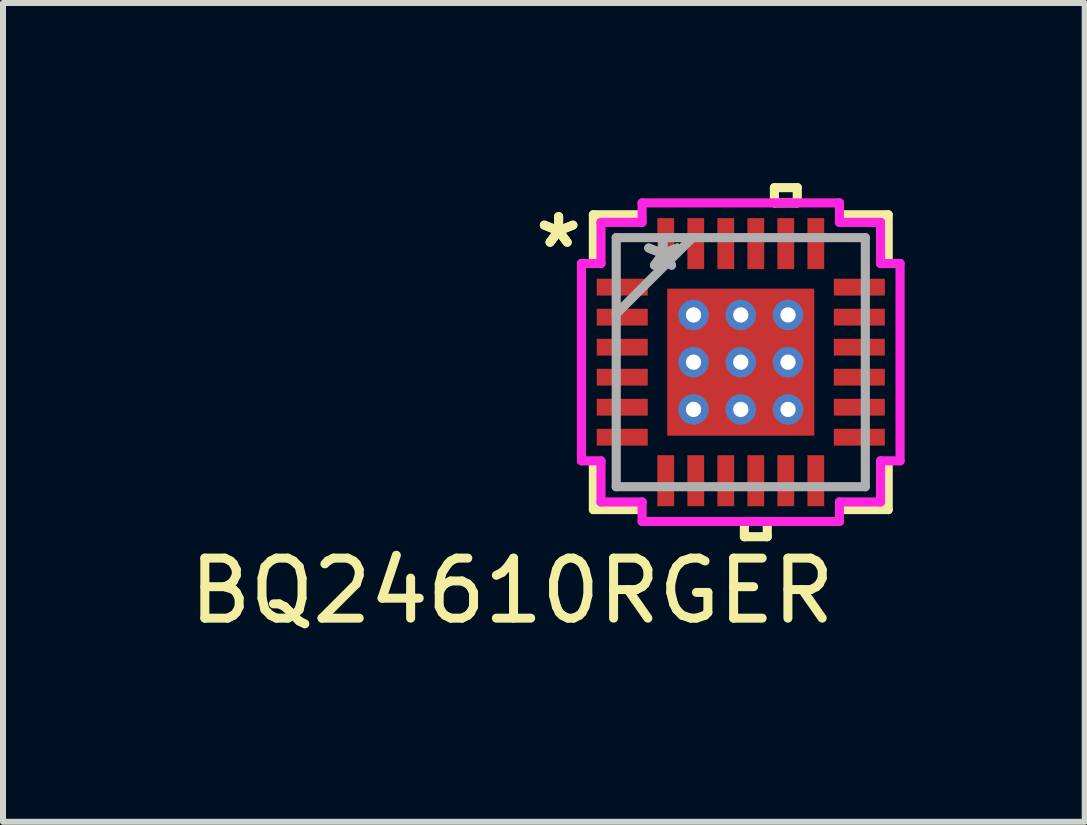
<source format=kicad_pcb>
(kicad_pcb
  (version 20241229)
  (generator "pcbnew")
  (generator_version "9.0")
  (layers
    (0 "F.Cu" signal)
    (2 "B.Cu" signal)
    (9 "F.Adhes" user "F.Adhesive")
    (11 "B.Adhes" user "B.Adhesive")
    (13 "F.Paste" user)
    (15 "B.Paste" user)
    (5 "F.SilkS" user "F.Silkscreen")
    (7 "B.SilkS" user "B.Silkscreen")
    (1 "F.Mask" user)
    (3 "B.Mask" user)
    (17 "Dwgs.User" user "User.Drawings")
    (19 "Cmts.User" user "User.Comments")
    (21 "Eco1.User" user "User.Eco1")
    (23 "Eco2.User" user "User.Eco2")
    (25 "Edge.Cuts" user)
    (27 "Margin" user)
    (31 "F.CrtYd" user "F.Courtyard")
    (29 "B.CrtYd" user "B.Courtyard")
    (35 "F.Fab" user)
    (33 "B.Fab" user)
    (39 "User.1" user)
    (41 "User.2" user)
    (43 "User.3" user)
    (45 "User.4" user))
  (footprint "BQ24610RGER"
    (layer "F.Cu")
    (at 9.292 2.984)
    (property "Reference" "BQ24610RGER" (at -3.81 3.81 0) (layer "F.SilkS") (effects (font (size 1 1) (thickness 0.15))))
    (attr through_hole)
    (fp_poly (pts (xy 1.35 1.35) (xy -1.35 1.35) (xy -1.35 -1.35) (xy 1.35 -1.35)) (stroke (width 0.1) (type solid)) (fill yes) (layer "F.Mask"))
    (fp_line (start -2.456 -2.456) (end -2.456 -1.718) (stroke (width 0.152) (type solid)) (layer "F.SilkS"))
    (fp_line (start -2.456 1.718) (end -2.456 2.456) (stroke (width 0.152) (type solid)) (layer "F.SilkS"))
    (fp_line (start -2.456 2.456) (end -1.718 2.456) (stroke (width 0.152) (type solid)) (layer "F.SilkS"))
    (fp_line (start -1.718 -2.456) (end -2.456 -2.456) (stroke (width 0.152) (type solid)) (layer "F.SilkS"))
    (fp_line (start 0.06 2.654) (end 0.06 2.908) (stroke (width 0.152) (type solid)) (layer "F.SilkS"))
    (fp_line (start 0.06 2.908) (end 0.441 2.908) (stroke (width 0.152) (type solid)) (layer "F.SilkS"))
    (fp_line (start 0.441 2.654) (end 0.06 2.654) (stroke (width 0.152) (type solid)) (layer "F.SilkS"))
    (fp_line (start 0.441 2.908) (end 0.441 2.654) (stroke (width 0.152) (type solid)) (layer "F.SilkS"))
    (fp_line (start 0.56 -2.908) (end 0.941 -2.908) (stroke (width 0.152) (type solid)) (layer "F.SilkS"))
    (fp_line (start 0.56 -2.654) (end 0.56 -2.908) (stroke (width 0.152) (type solid)) (layer "F.SilkS"))
    (fp_line (start 0.941 -2.908) (end 0.941 -2.654) (stroke (width 0.152) (type solid)) (layer "F.SilkS"))
    (fp_line (start 0.941 -2.654) (end 0.56 -2.654) (stroke (width 0.152) (type solid)) (layer "F.SilkS"))
    (fp_line (start 1.718 2.456) (end 2.456 2.456) (stroke (width 0.152) (type solid)) (layer "F.SilkS"))
    (fp_line (start 2.456 -2.456) (end 1.718 -2.456) (stroke (width 0.152) (type solid)) (layer "F.SilkS"))
    (fp_line (start 2.456 -1.718) (end 2.456 -2.456) (stroke (width 0.152) (type solid)) (layer "F.SilkS"))
    (fp_line (start 2.456 2.456) (end 2.456 1.718) (stroke (width 0.152) (type solid)) (layer "F.SilkS"))
    (fp_line (start -2.654 -1.644) (end -2.329 -1.644) (stroke (width 0.152) (type solid)) (layer "F.CrtYd"))
    (fp_line (start -2.654 1.644) (end -2.654 -1.644) (stroke (width 0.152) (type solid)) (layer "F.CrtYd"))
    (fp_line (start -2.329 -2.329) (end -1.644 -2.329) (stroke (width 0.152) (type solid)) (layer "F.CrtYd"))
    (fp_line (start -2.329 -1.644) (end -2.329 -2.329) (stroke (width 0.152) (type solid)) (layer "F.CrtYd"))
    (fp_line (start -2.329 1.644) (end -2.654 1.644) (stroke (width 0.152) (type solid)) (layer "F.CrtYd"))
    (fp_line (start -2.329 2.329) (end -2.329 1.644) (stroke (width 0.152) (type solid)) (layer "F.CrtYd"))
    (fp_line (start -1.644 -2.654) (end 1.644 -2.654) (stroke (width 0.152) (type solid)) (layer "F.CrtYd"))
    (fp_line (start -1.644 -2.329) (end -1.644 -2.654) (stroke (width 0.152) (type solid)) (layer "F.CrtYd"))
    (fp_line (start -1.644 2.329) (end -2.329 2.329) (stroke (width 0.152) (type solid)) (layer "F.CrtYd"))
    (fp_line (start -1.644 2.654) (end -1.644 2.329) (stroke (width 0.152) (type solid)) (layer "F.CrtYd"))
    (fp_line (start 1.644 -2.654) (end 1.644 -2.329) (stroke (width 0.152) (type solid)) (layer "F.CrtYd"))
    (fp_line (start 1.644 -2.329) (end 2.329 -2.329) (stroke (width 0.152) (type solid)) (layer "F.CrtYd"))
    (fp_line (start 1.644 2.329) (end 1.644 2.654) (stroke (width 0.152) (type solid)) (layer "F.CrtYd"))
    (fp_line (start 1.644 2.654) (end -1.644 2.654) (stroke (width 0.152) (type solid)) (layer "F.CrtYd"))
    (fp_line (start 2.329 -2.329) (end 2.329 -1.644) (stroke (width 0.152) (type solid)) (layer "F.CrtYd"))
    (fp_line (start 2.329 -1.644) (end 2.654 -1.644) (stroke (width 0.152) (type solid)) (layer "F.CrtYd"))
    (fp_line (start 2.329 1.644) (end 2.329 2.329) (stroke (width 0.152) (type solid)) (layer "F.CrtYd"))
    (fp_line (start 2.329 2.329) (end 1.644 2.329) (stroke (width 0.152) (type solid)) (layer "F.CrtYd"))
    (fp_line (start 2.654 -1.644) (end 2.654 1.644) (stroke (width 0.152) (type solid)) (layer "F.CrtYd"))
    (fp_line (start 2.654 1.644) (end 2.329 1.644) (stroke (width 0.152) (type solid)) (layer "F.CrtYd"))
    (fp_line (start -2.075 -2.075) (end -2.075 2.075) (stroke (width 0.152) (type solid)) (layer "F.Fab"))
    (fp_line (start -2.075 -0.805) (end -0.805 -2.075) (stroke (width 0.152) (type solid)) (layer "F.Fab"))
    (fp_line (start -2.075 2.075) (end 2.075 2.075) (stroke (width 0.152) (type solid)) (layer "F.Fab"))
    (fp_line (start 2.075 -2.075) (end -2.075 -2.075) (stroke (width 0.152) (type solid)) (layer "F.Fab"))
    (fp_line (start 2.075 2.075) (end 2.075 -2.075) (stroke (width 0.152) (type solid)) (layer "F.Fab"))
    (fp_text user "*" (at -3.035 -1.881 0) (layer "F.SilkS") (effects (font (size 1 1) (thickness 0.15))))
    (fp_text user "*" (at -3.035 -1.881 0) (layer "F.SilkS") (effects (font (size 1 1) (thickness 0.15))))
    (fp_text user "*" (at -1.296 -1.5 0) (layer "F.Fab") (effects (font (size 1 1) (thickness 0.15))))
    (fp_text user "*" (at -1.296 -1.5 0) (layer "F.Fab") (effects (font (size 1 1) (thickness 0.15))))
    (pad "1" smd rect (at -1.975 -1.25 90) (size 0.28 0.85) (layers "F.Cu" "F.Mask" "F.Paste"))
    (pad "2" smd rect (at -1.975 -0.75 90) (size 0.28 0.85) (layers "F.Cu" "F.Mask" "F.Paste"))
    (pad "3" smd rect (at -1.975 -0.25 90) (size 0.28 0.85) (layers "F.Cu" "F.Mask" "F.Paste"))
    (pad "4" smd rect (at -1.975 0.25 90) (size 0.28 0.85) (layers "F.Cu" "F.Mask" "F.Paste"))
    (pad "5" smd rect (at -1.975 0.75 90) (size 0.28 0.85) (layers "F.Cu" "F.Mask" "F.Paste"))
    (pad "6" smd rect (at -1.975 1.25 90) (size 0.28 0.85) (layers "F.Cu" "F.Mask" "F.Paste"))
    (pad "7" smd rect (at -1.25 1.975) (size 0.28 0.85) (layers "F.Cu" "F.Mask" "F.Paste"))
    (pad "8" smd rect (at -0.75 1.975) (size 0.28 0.85) (layers "F.Cu" "F.Mask" "F.Paste"))
    (pad "9" smd rect (at -0.25 1.975) (size 0.28 0.85) (layers "F.Cu" "F.Mask" "F.Paste"))
    (pad "10" smd rect (at 0.25 1.975) (size 0.28 0.85) (layers "F.Cu" "F.Mask" "F.Paste"))
    (pad "11" smd rect (at 0.75 1.975) (size 0.28 0.85) (layers "F.Cu" "F.Mask" "F.Paste"))
    (pad "12" smd rect (at 1.25 1.975) (size 0.28 0.85) (layers "F.Cu" "F.Mask" "F.Paste"))
    (pad "13" smd rect (at 1.975 1.25 90) (size 0.28 0.85) (layers "F.Cu" "F.Mask" "F.Paste"))
    (pad "14" smd rect (at 1.975 0.75 90) (size 0.28 0.85) (layers "F.Cu" "F.Mask" "F.Paste"))
    (pad "15" smd rect (at 1.975 0.25 90) (size 0.28 0.85) (layers "F.Cu" "F.Mask" "F.Paste"))
    (pad "16" smd rect (at 1.975 -0.25 90) (size 0.28 0.85) (layers "F.Cu" "F.Mask" "F.Paste"))
    (pad "17" smd rect (at 1.975 -0.75 90) (size 0.28 0.85) (layers "F.Cu" "F.Mask" "F.Paste"))
    (pad "18" smd rect (at 1.975 -1.25 90) (size 0.28 0.85) (layers "F.Cu" "F.Mask" "F.Paste"))
    (pad "19" smd rect (at 1.25 -1.975) (size 0.28 0.85) (layers "F.Cu" "F.Mask" "F.Paste"))
    (pad "20" smd rect (at 0.75 -1.975) (size 0.28 0.85) (layers "F.Cu" "F.Mask" "F.Paste"))
    (pad "21" smd rect (at 0.25 -1.975) (size 0.28 0.85) (layers "F.Cu" "F.Mask" "F.Paste"))
    (pad "22" smd rect (at -0.25 -1.975) (size 0.28 0.85) (layers "F.Cu" "F.Mask" "F.Paste"))
    (pad "23" smd rect (at -0.75 -1.975) (size 0.28 0.85) (layers "F.Cu" "F.Mask" "F.Paste"))
    (pad "24" smd rect (at -1.25 -1.975) (size 0.28 0.85) (layers "F.Cu" "F.Mask" "F.Paste"))
    (pad "25" thru_hole circle (at -0.787 -0.787) (size 0.508 0.508) (drill 0.254) (layers "*.Cu" "*.Mask"))
    (pad "25" thru_hole circle (at -0.787 0) (size 0.508 0.508) (drill 0.254) (layers "*.Cu" "*.Mask"))
    (pad "25" thru_hole circle (at -0.787 0.787) (size 0.508 0.508) (drill 0.254) (layers "*.Cu" "*.Mask"))
    (pad "25" thru_hole circle (at 0 -0.787) (size 0.508 0.508) (drill 0.254) (layers "*.Cu" "*.Mask"))
    (pad "25" thru_hole circle (at 0 0) (size 0.508 0.508) (drill 0.254) (layers "*.Cu" "*.Mask"))
    (pad "25" smd rect (at 0 0) (size 2.45 2.45) (layers "F.Cu" "F.Mask" "F.Paste"))
    (pad "25" thru_hole circle (at 0 0.787) (size 0.508 0.508) (drill 0.254) (layers "*.Cu" "*.Mask"))
    (pad "25" thru_hole circle (at 0.787 -0.787) (size 0.508 0.508) (drill 0.254) (layers "*.Cu" "*.Mask"))
    (pad "25" thru_hole circle (at 0.787 0) (size 0.508 0.508) (drill 0.254) (layers "*.Cu" "*.Mask"))
    (pad "25" thru_hole circle (at 0.787 0.787) (size 0.508 0.508) (drill 0.254) (layers "*.Cu" "*.Mask")))
  (gr_rect
    (start -3 -3)
    (end 15.022 10.642)
    (stroke (width 0.1) (type default))
    (fill no)
    (layer "Edge.Cuts")))
</source>
